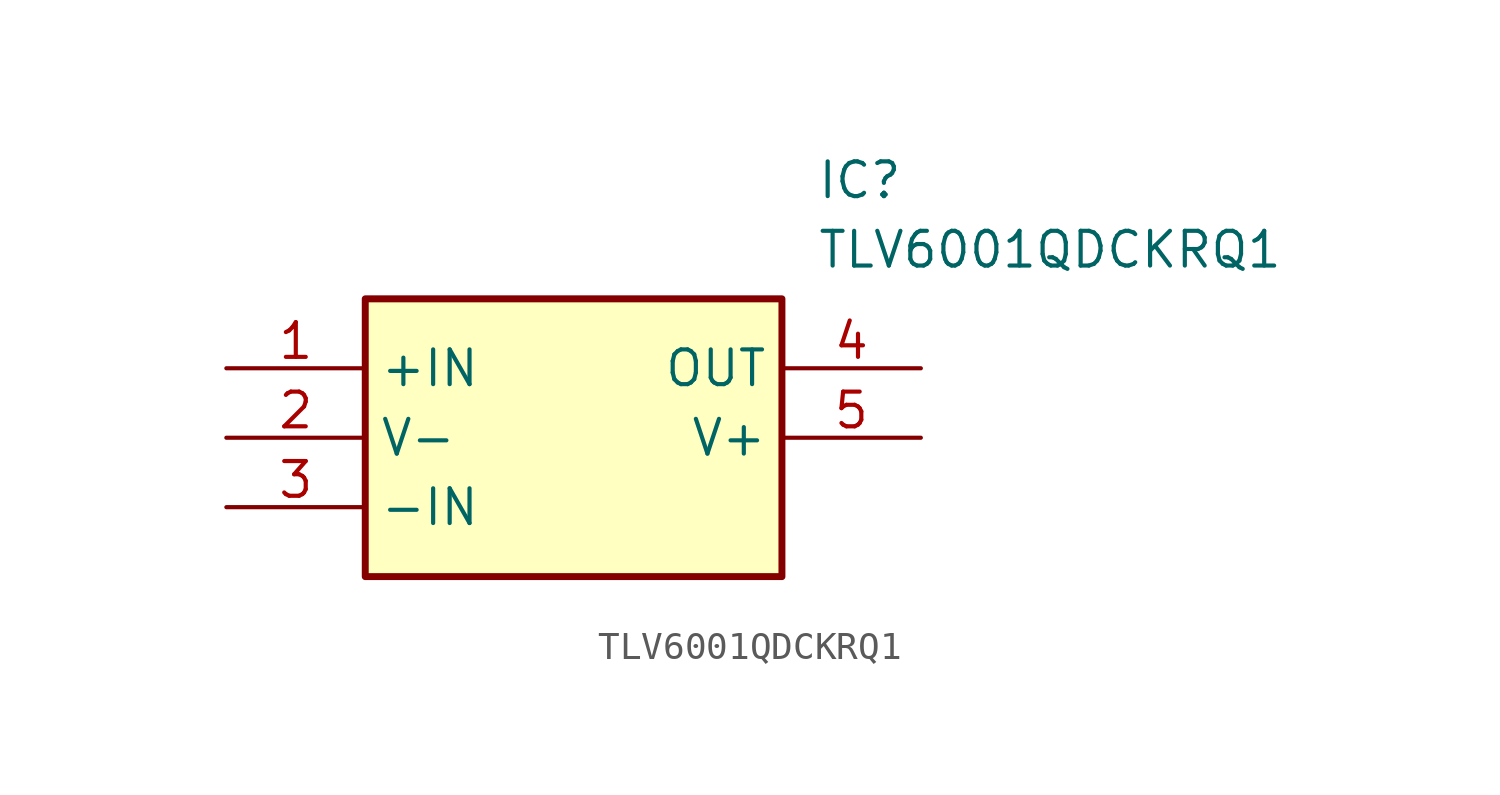
<source format=kicad_sym>
(kicad_symbol_lib
  (version 20211014)
  (generator SamacSys_ECAD_Model)
  (symbol "TLV6001QDCKRQ1"
    (property "Reference" "IC"
      (at 21.59 7.62 0)
      (effects (font (size 1.27 1.27)) (justify left top)))
    (property "Value" "TLV6001QDCKRQ1"
      (at 21.59 5.08 0)
      (effects (font (size 1.27 1.27)) (justify left top)))
    (rectangle
      (start 5.08 2.54)
      (end 20.32 -7.62)
      (stroke (width 0.254) (type default))
      (fill (type background)))
    (pin input line
      (at 0 0 0)
      (length 5.08)
      (name "+IN" (effects (font (size 1.27 1.27))))
      (number "1" (effects (font (size 1.27 1.27)))))
    (pin power_in line
      (at 0 -2.54 0)
      (length 5.08)
      (name "V-" (effects (font (size 1.27 1.27))))
      (number "2" (effects (font (size 1.27 1.27)))))
    (pin input line
      (at 0 -5.08 0)
      (length 5.08)
      (name "-IN" (effects (font (size 1.27 1.27))))
      (number "3" (effects (font (size 1.27 1.27)))))
    (pin input line
      (at 25.4 0 180)
      (length 5.08)
      (name "OUT" (effects (font (size 1.27 1.27))))
      (number "4" (effects (font (size 1.27 1.27)))))
    (pin power_in line
      (at 25.4 -2.54 180)
      (length 5.08)
      (name "V+" (effects (font (size 1.27 1.27))))
      (number "5" (effects (font (size 1.27 1.27)))))))
</source>
